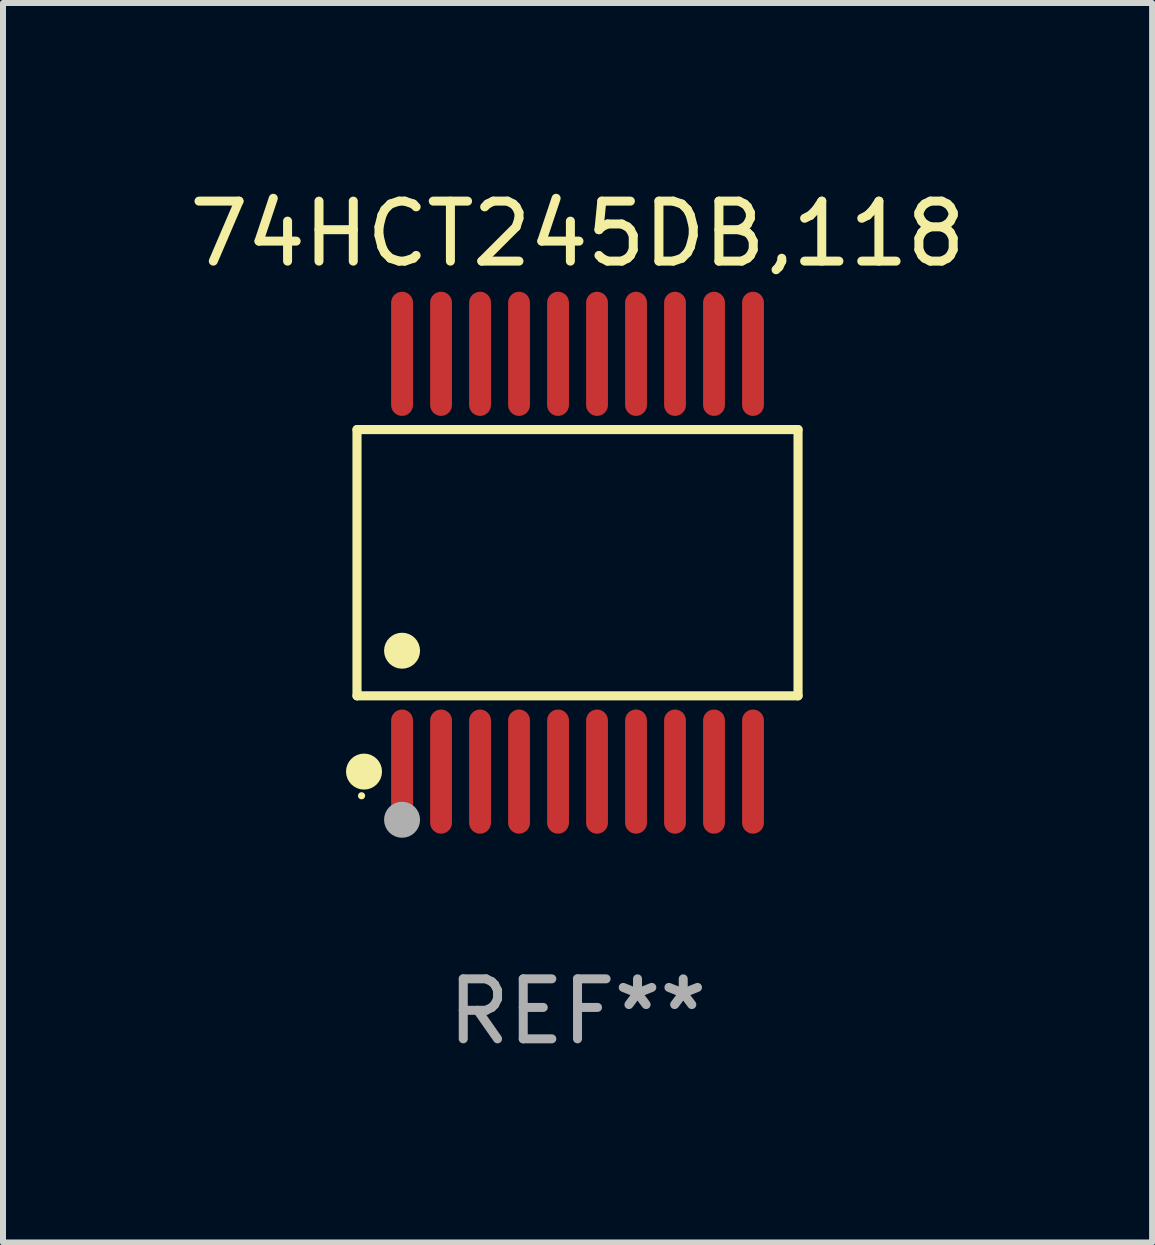
<source format=kicad_pcb>
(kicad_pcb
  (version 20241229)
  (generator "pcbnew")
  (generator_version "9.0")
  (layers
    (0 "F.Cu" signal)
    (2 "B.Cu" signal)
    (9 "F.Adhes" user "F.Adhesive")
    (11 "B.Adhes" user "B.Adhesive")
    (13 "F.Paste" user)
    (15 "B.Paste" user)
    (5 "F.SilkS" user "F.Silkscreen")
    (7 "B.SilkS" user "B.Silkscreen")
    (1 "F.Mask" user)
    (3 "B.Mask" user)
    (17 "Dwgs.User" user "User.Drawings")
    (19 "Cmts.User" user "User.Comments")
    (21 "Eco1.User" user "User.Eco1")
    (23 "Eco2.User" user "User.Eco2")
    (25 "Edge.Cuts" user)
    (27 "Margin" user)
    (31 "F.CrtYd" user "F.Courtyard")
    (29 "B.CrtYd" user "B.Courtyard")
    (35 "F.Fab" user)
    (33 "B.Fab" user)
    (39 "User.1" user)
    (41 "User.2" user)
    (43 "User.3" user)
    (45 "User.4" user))
  (footprint "74HCT245DB,118"
    (layer "F.Cu")
    (at 6.577 6.33)
    (property "Reference" "74HCT245DB,118" (at 0 -5.482 0) (layer "F.SilkS") (effects (font (size 1 1) (thickness 0.15))))
    (attr through_hole)
    (fp_line (start -3.676 -2.219) (end 3.676 -2.219) (stroke (width 0.152) (type solid)) (layer "F.SilkS"))
    (fp_line (start -3.676 2.219) (end -3.676 -2.219) (stroke (width 0.152) (type solid)) (layer "F.SilkS"))
    (fp_line (start 3.676 -2.219) (end 3.676 2.219) (stroke (width 0.152) (type solid)) (layer "F.SilkS"))
    (fp_line (start 3.676 2.219) (end -3.676 2.219) (stroke (width 0.152) (type solid)) (layer "F.SilkS"))
    (fp_circle (center -3.6 3.885) (end -3.57 3.885) (stroke (width 0.06) (type solid)) (fill no) (layer "F.SilkS"))
    (fp_circle (center -3.559 3.482) (end -3.409 3.482) (stroke (width 0.3) (type solid)) (fill no) (layer "F.SilkS"))
    (fp_circle (center -2.925 1.467) (end -2.775 1.467) (stroke (width 0.3) (type solid)) (fill no) (layer "F.SilkS"))
    (fp_circle (center -2.925 4.285) (end -2.775 4.285) (stroke (width 0.3) (type solid)) (fill no) (layer "F.Fab"))
    (fp_text user "REF**" (at 0 7.482 0) (layer "F.Fab") (effects (font (size 1 1) (thickness 0.15))))
    (pad "1" smd oval (at -2.925 3.482) (size 0.364 2.069) (layers "F.Cu" "F.Mask" "F.Paste"))
    (pad "2" smd oval (at -2.275 3.482) (size 0.364 2.069) (layers "F.Cu" "F.Mask" "F.Paste"))
    (pad "3" smd oval (at -1.625 3.482) (size 0.364 2.069) (layers "F.Cu" "F.Mask" "F.Paste"))
    (pad "4" smd oval (at -0.975 3.482) (size 0.364 2.069) (layers "F.Cu" "F.Mask" "F.Paste"))
    (pad "5" smd oval (at -0.325 3.482) (size 0.364 2.069) (layers "F.Cu" "F.Mask" "F.Paste"))
    (pad "6" smd oval (at 0.325 3.482) (size 0.364 2.069) (layers "F.Cu" "F.Mask" "F.Paste"))
    (pad "7" smd oval (at 0.975 3.482) (size 0.364 2.069) (layers "F.Cu" "F.Mask" "F.Paste"))
    (pad "8" smd oval (at 1.625 3.482) (size 0.364 2.069) (layers "F.Cu" "F.Mask" "F.Paste"))
    (pad "9" smd oval (at 2.275 3.482) (size 0.364 2.069) (layers "F.Cu" "F.Mask" "F.Paste"))
    (pad "10" smd oval (at 2.925 3.482) (size 0.364 2.069) (layers "F.Cu" "F.Mask" "F.Paste"))
    (pad "11" smd oval (at 2.925 -3.482) (size 0.364 2.069) (layers "F.Cu" "F.Mask" "F.Paste"))
    (pad "12" smd oval (at 2.275 -3.482) (size 0.364 2.069) (layers "F.Cu" "F.Mask" "F.Paste"))
    (pad "13" smd oval (at 1.625 -3.482) (size 0.364 2.069) (layers "F.Cu" "F.Mask" "F.Paste"))
    (pad "14" smd oval (at 0.975 -3.482) (size 0.364 2.069) (layers "F.Cu" "F.Mask" "F.Paste"))
    (pad "15" smd oval (at 0.325 -3.482) (size 0.364 2.069) (layers "F.Cu" "F.Mask" "F.Paste"))
    (pad "16" smd oval (at -0.325 -3.482) (size 0.364 2.069) (layers "F.Cu" "F.Mask" "F.Paste"))
    (pad "17" smd oval (at -0.975 -3.482) (size 0.364 2.069) (layers "F.Cu" "F.Mask" "F.Paste"))
    (pad "18" smd oval (at -1.625 -3.482) (size 0.364 2.069) (layers "F.Cu" "F.Mask" "F.Paste"))
    (pad "19" smd oval (at -2.275 -3.482) (size 0.364 2.069) (layers "F.Cu" "F.Mask" "F.Paste"))
    (pad "20" smd oval (at -2.925 -3.482) (size 0.364 2.069) (layers "F.Cu" "F.Mask" "F.Paste")))
  (gr_rect
    (start -3 -3)
    (end 16.155 17.661)
    (stroke (width 0.1) (type default))
    (fill no)
    (layer "Edge.Cuts")))
</source>
